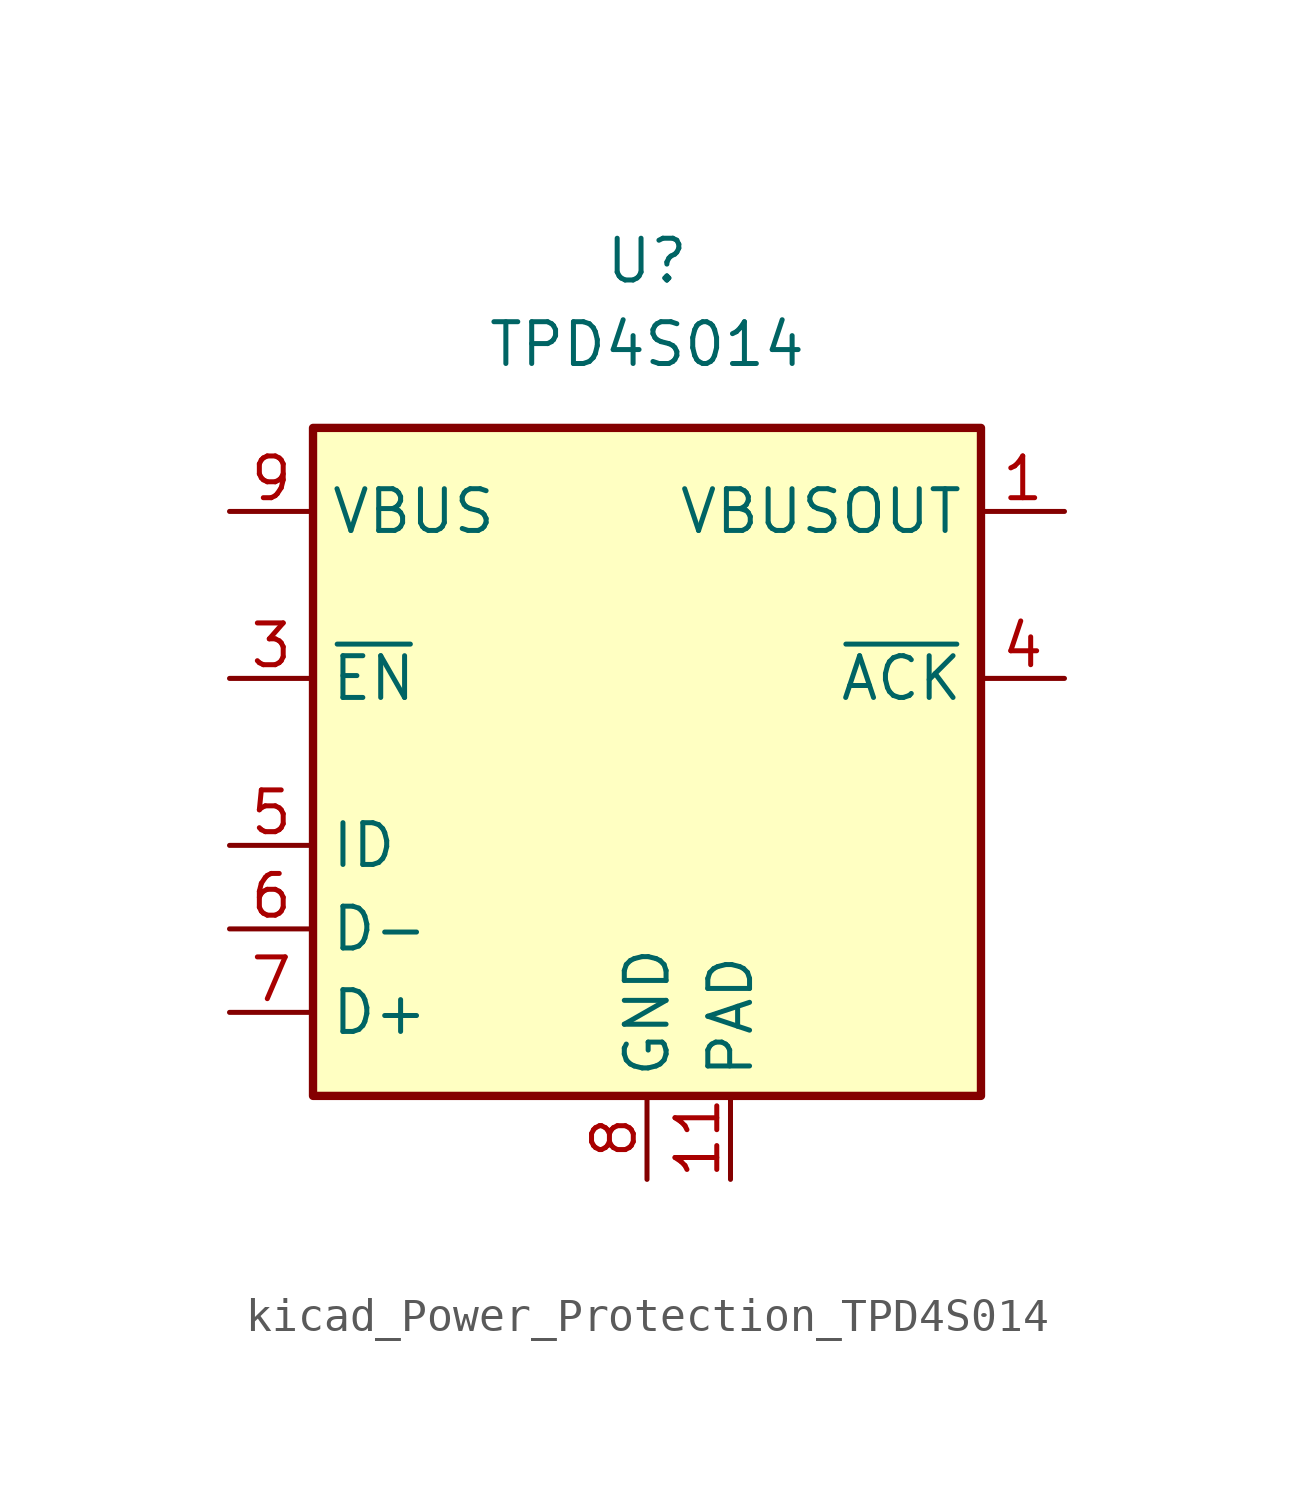
<source format=kicad_sym>
(kicad_symbol_lib
  (version 20220914)
  (generator kicad_symbol_editor)
  (symbol "kicad_Power_Protection_TPD4S014"
    (property "Reference" "U"
      (at 0 15.24 0)
      (effects (font (size 1.27 1.27))))
    (property "Value" "TPD4S014"
      (at 0 12.7 0)
      (effects (font (size 1.27 1.27))))
    (symbol "kicad_Power_Protection_TPD4S014_0_1"
      (rectangle (start -10.16 10.16) (end 10.16 -10.16) (stroke (width 0.254) (type default)) (fill (type background))))
    (symbol "kicad_Power_Protection_TPD4S014_1_1"
      (pin power_out line (at 12.7 7.62 180) (length 2.54) (name "VBUSOUT" (effects (font (size 1.27 1.27)))) (number "1" (effects (font (size 1.27 1.27)))))
      (pin passive line (at -12.7 7.62 0) (length 2.54) hide (name "VBUS" (effects (font (size 1.27 1.27)))) (number "10" (effects (font (size 1.27 1.27)))))
      (pin power_in line (at 2.54 -12.7 90) (length 2.54) (name "PAD" (effects (font (size 1.27 1.27)))) (number "11" (effects (font (size 1.27 1.27)))))
      (pin passive line (at 12.7 7.62 180) (length 2.54) hide (name "VBUSOUT" (effects (font (size 1.27 1.27)))) (number "2" (effects (font (size 1.27 1.27)))))
      (pin input line (at -12.7 2.54 0) (length 2.54) (name "~{EN}" (effects (font (size 1.27 1.27)))) (number "3" (effects (font (size 1.27 1.27)))))
      (pin open_collector line (at 12.7 2.54 180) (length 2.54) (name "~{ACK}" (effects (font (size 1.27 1.27)))) (number "4" (effects (font (size 1.27 1.27)))))
      (pin passive line (at -12.7 -2.54 0) (length 2.54) (name "ID" (effects (font (size 1.27 1.27)))) (number "5" (effects (font (size 1.27 1.27)))))
      (pin passive line (at -12.7 -5.08 0) (length 2.54) (name "D-" (effects (font (size 1.27 1.27)))) (number "6" (effects (font (size 1.27 1.27)))))
      (pin passive line (at -12.7 -7.62 0) (length 2.54) (name "D+" (effects (font (size 1.27 1.27)))) (number "7" (effects (font (size 1.27 1.27)))))
      (pin power_in line (at 0 -12.7 90) (length 2.54) (name "GND" (effects (font (size 1.27 1.27)))) (number "8" (effects (font (size 1.27 1.27)))))
      (pin power_in line (at -12.7 7.62 0) (length 2.54) (name "VBUS" (effects (font (size 1.27 1.27)))) (number "9" (effects (font (size 1.27 1.27))))))))
</source>
